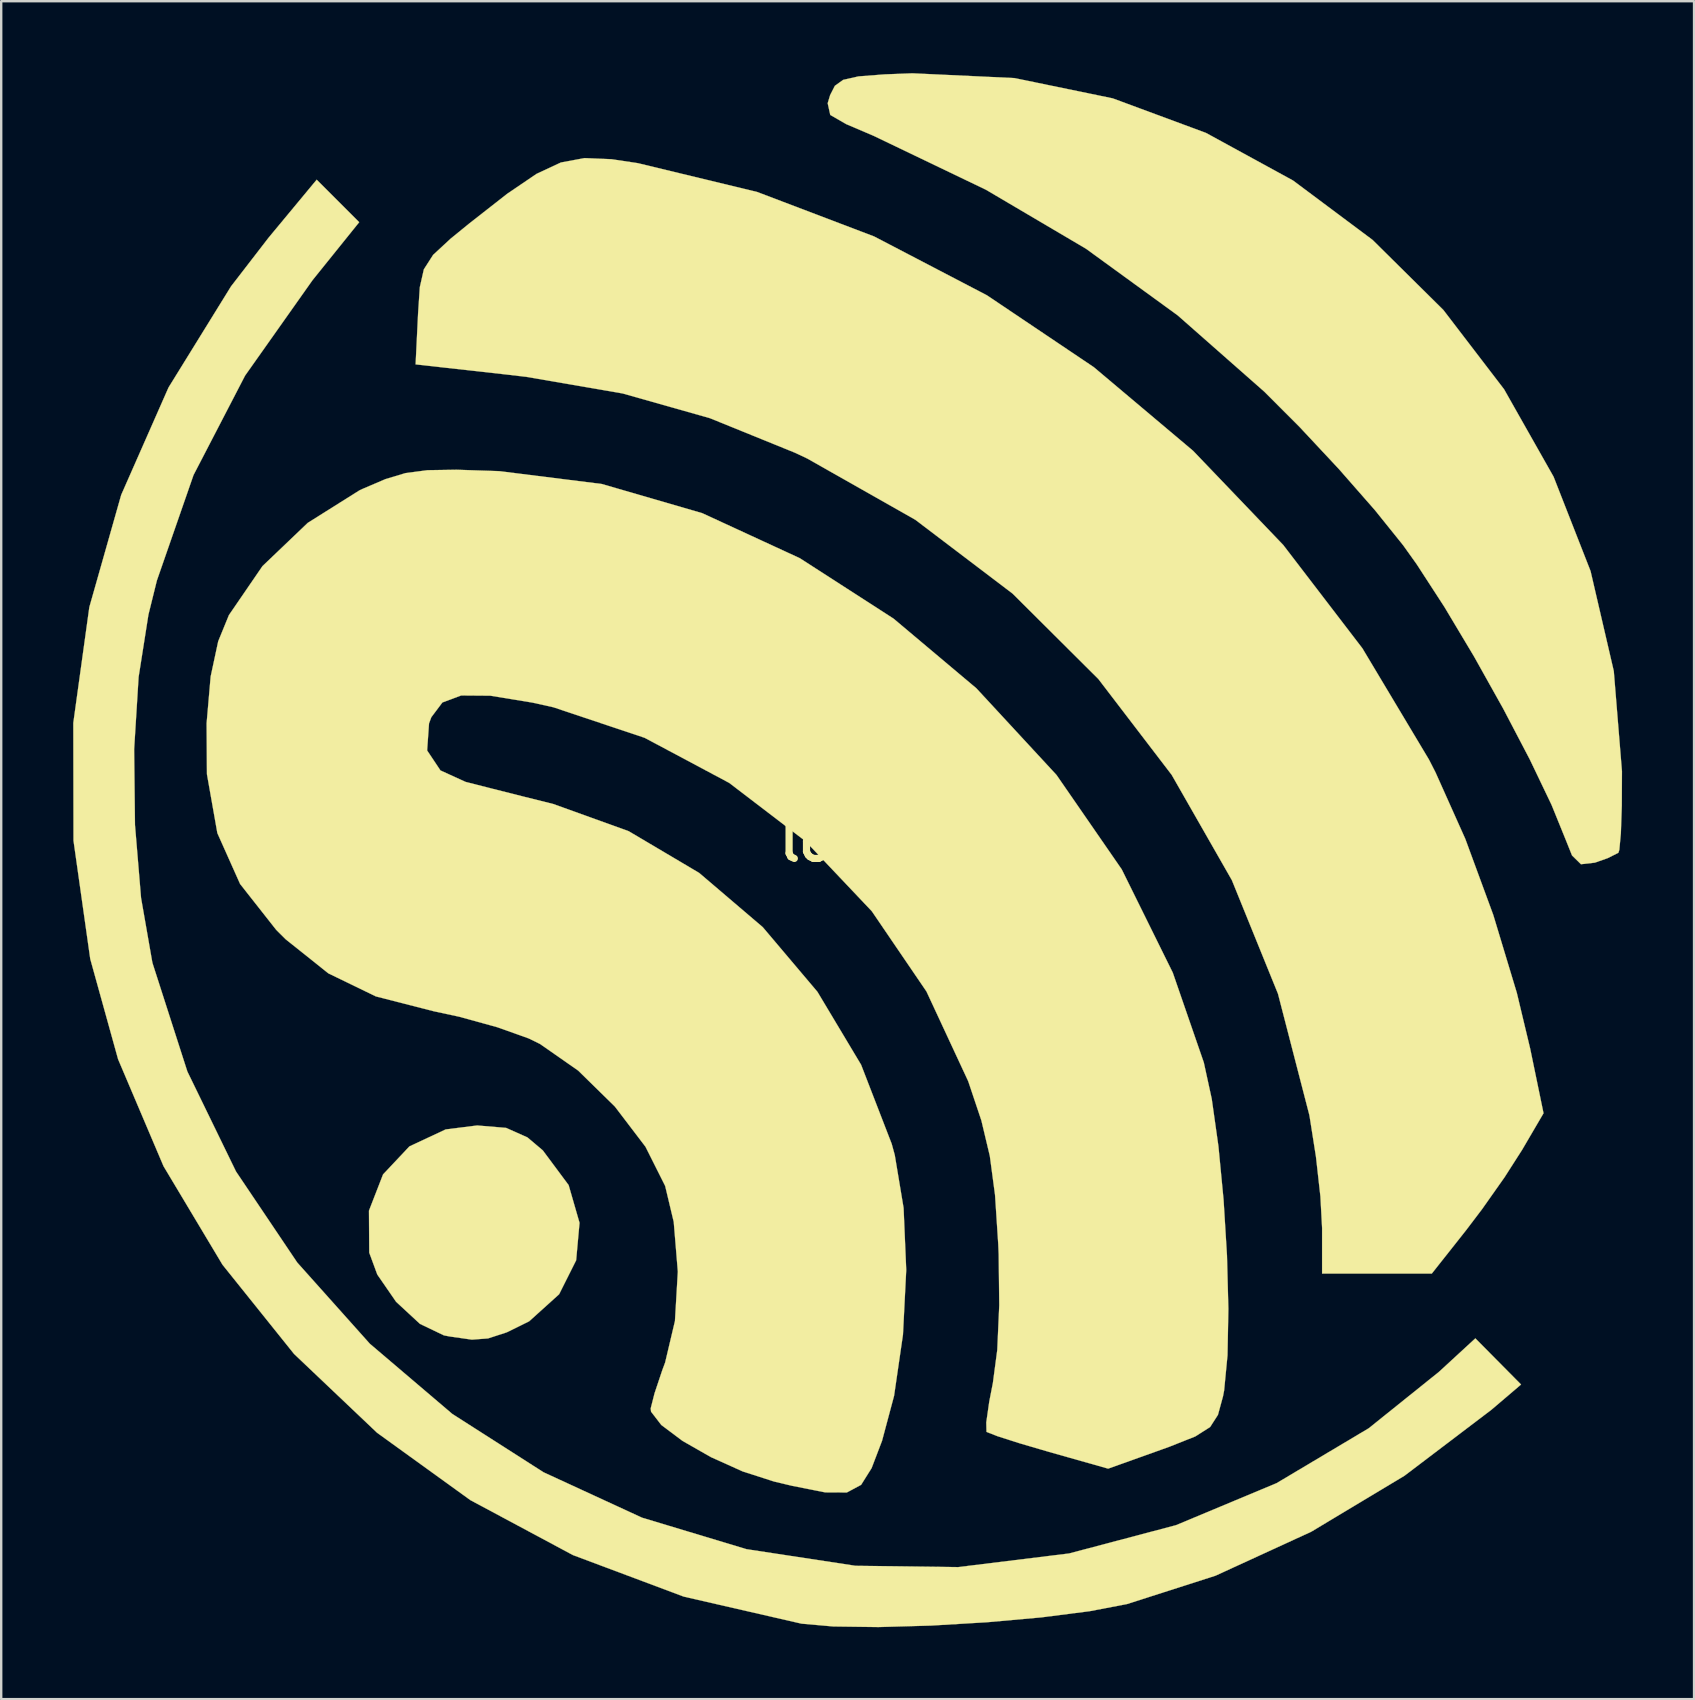
<source format=kicad_pcb>
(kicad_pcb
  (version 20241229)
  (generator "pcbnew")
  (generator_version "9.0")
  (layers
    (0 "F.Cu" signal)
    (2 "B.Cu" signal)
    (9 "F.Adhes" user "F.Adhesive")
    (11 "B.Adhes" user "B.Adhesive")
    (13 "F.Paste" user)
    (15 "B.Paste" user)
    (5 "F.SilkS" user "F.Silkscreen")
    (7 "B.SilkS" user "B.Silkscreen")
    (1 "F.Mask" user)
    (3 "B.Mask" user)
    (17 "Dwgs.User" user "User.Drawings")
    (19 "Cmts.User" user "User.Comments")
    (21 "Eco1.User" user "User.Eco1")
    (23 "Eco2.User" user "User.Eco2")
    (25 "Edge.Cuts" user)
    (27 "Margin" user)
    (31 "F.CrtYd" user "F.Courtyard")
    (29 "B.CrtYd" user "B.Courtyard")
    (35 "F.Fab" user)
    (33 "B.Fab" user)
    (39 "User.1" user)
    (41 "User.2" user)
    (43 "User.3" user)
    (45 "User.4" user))
  (footprint "logo"
    (layer "F.Cu")
    (at 31.939 32.035)
    (property "Reference" "logo" (at 0 0 0) (layer "F.SilkS") (effects (font (size 1.524 1.524) (thickness 0.3))))
    (attr through_hole)
    (fp_poly (pts (xy -13.897 11.919) (xy -13.009 12.315) (xy -12.368 12.856) (xy -11.292 14.303) (xy -10.838 15.876) (xy -10.979 17.437) (xy -11.688 18.851) (xy -12.938 19.979) (xy -13.869 20.438) (xy -14.65 20.692) (xy -15.324 20.743) (xy -16.255 20.61) (xy -16.489 20.565) (xy -17.487 20.087) (xy -18.482 19.166) (xy -19.265 18.031) (xy -19.601 17.119) (xy -19.613 15.369) (xy -19.025 13.856) (xy -17.928 12.691) (xy -16.417 11.983) (xy -15.104 11.818) (xy -13.897 11.919)) (stroke (width 0.01) (type solid)) (fill yes) (layer "F.SilkS"))
    (fp_poly (pts (xy 7.286 -31.831) (xy 11.382 -30.986) (xy 15.269 -29.546) (xy 18.896 -27.563) (xy 22.211 -25.087) (xy 25.16 -22.169) (xy 27.692 -18.862) (xy 29.755 -15.217) (xy 31.296 -11.285) (xy 32.264 -7.117) (xy 32.604 -2.942) (xy 32.598 -1.507) (xy 32.559 -0.36) (xy 32.495 0.331) (xy 32.456 0.453) (xy 32.013 0.676) (xy 31.476 0.865) (xy 30.896 0.931) (xy 30.524 0.566) (xy 30.272 -0.062) (xy 29.671 -1.542) (xy 28.767 -3.43) (xy 27.657 -5.551) (xy 26.437 -7.732) (xy 25.202 -9.797) (xy 24.05 -11.572) (xy 23.484 -12.365) (xy 22.308 -13.827) (xy 20.805 -15.541) (xy 19.174 -17.287) (xy 17.703 -18.76) (xy 14.088 -21.944) (xy 10.271 -24.718) (xy 6.097 -27.179) (xy 1.413 -29.427) (xy 0.272 -29.914) (xy -0.388 -30.295) (xy -0.496 -30.783) (xy -0.394 -31.122) (xy -0.197 -31.509) (xy 0.147 -31.756) (xy 0.787 -31.901) (xy 1.873 -31.985) (xy 3.034 -32.03) (xy 7.286 -31.831)) (stroke (width 0.01) (type solid)) (fill yes) (layer "F.SilkS"))
    (fp_poly (pts (xy -9.507 -28.45) (xy -8.411 -28.286) (xy -3.433 -27.084) (xy 1.441 -25.23) (xy 6.14 -22.779) (xy 10.594 -19.784) (xy 14.733 -16.297) (xy 18.488 -12.374) (xy 21.788 -8.066) (xy 24.563 -3.428) (xy 24.834 -2.897) (xy 26.076 -0.124) (xy 27.241 3.043) (xy 28.223 6.291) (xy 28.78 8.619) (xy 29.336 11.308) (xy 28.441 12.836) (xy 27.71 13.978) (xy 26.772 15.308) (xy 26.112 16.178) (xy 24.678 17.992) (xy 20.108 17.992) (xy 20.108 16.09) (xy 20.038 14.78) (xy 19.853 13.126) (xy 19.592 11.47) (xy 19.573 11.368) (xy 18.27 6.33) (xy 16.348 1.595) (xy 13.84 -2.793) (xy 10.783 -6.789) (xy 7.21 -10.347) (xy 3.156 -13.424) (xy -1.342 -15.974) (xy -1.855 -16.216) (xy -5.407 -17.659) (xy -9.041 -18.688) (xy -13.017 -19.374) (xy -13.861 -19.475) (xy -17.669 -19.9) (xy -17.566 -22.019) (xy -17.493 -23.119) (xy -17.325 -23.861) (xy -16.939 -24.463) (xy -16.211 -25.138) (xy -15.429 -25.775) (xy -13.85 -27.011) (xy -12.634 -27.837) (xy -11.615 -28.313) (xy -10.628 -28.497) (xy -9.507 -28.45)) (stroke (width 0.01) (type solid)) (fill yes) (layer "F.SilkS"))
    (fp_poly (pts (xy -20.02 -25.825) (xy -21.967 -23.407) (xy -24.775 -19.434) (xy -26.924 -15.289) (xy -28.452 -10.891) (xy -28.803 -9.473) (xy -29.213 -6.871) (xy -29.399 -3.861) (xy -29.364 -0.706) (xy -29.111 2.334) (xy -28.645 4.999) (xy -28.627 5.072) (xy -27.181 9.569) (xy -25.154 13.736) (xy -22.601 17.531) (xy -19.578 20.913) (xy -16.139 23.84) (xy -12.339 26.27) (xy -8.236 28.162) (xy -3.882 29.475) (xy 0.665 30.168) (xy 4.939 30.223) (xy 9.564 29.654) (xy 14.02 28.475) (xy 18.213 26.723) (xy 22.049 24.438) (xy 24.977 22.087) (xy 26.495 20.69) (xy 28.399 22.613) (xy 27.164 23.665) (xy 23.541 26.415) (xy 19.654 28.749) (xy 15.666 30.58) (xy 11.979 31.762) (xy 10.421 32.06) (xy 8.413 32.317) (xy 6.148 32.52) (xy 3.818 32.659) (xy 1.616 32.721) (xy -0.266 32.696) (xy -1.587 32.579) (xy -6.498 31.451) (xy -11.113 29.721) (xy -15.387 27.431) (xy -19.276 24.623) (xy -22.734 21.34) (xy -25.715 17.623) (xy -28.174 13.515) (xy -30.067 9.059) (xy -31.228 4.877) (xy -31.926 -0.053) (xy -31.934 -4.959) (xy -31.266 -9.782) (xy -29.938 -14.461) (xy -27.965 -18.938) (xy -25.36 -23.152) (xy -23.799 -25.175) (xy -21.791 -27.596) (xy -20.02 -25.825)) (stroke (width 0.01) (type solid)) (fill yes) (layer "F.SilkS"))
    (fp_poly (pts (xy -14.267 -15.453) (xy -14.16 -15.448) (xy -9.909 -14.915) (xy -5.724 -13.699) (xy -1.656 -11.822) (xy 2.248 -9.305) (xy 5.702 -6.399) (xy 9.04 -2.789) (xy 11.759 1.147) (xy 13.886 5.452) (xy 15.179 9.196) (xy 15.509 10.71) (xy 15.787 12.678) (xy 16.002 14.915) (xy 16.144 17.237) (xy 16.202 19.458) (xy 16.166 21.395) (xy 16.025 22.862) (xy 15.978 23.107) (xy 15.768 23.877) (xy 15.442 24.384) (xy 14.826 24.776) (xy 13.749 25.204) (xy 13.43 25.319) (xy 11.192 26.119) (xy 8.727 25.421) (xy 7.505 25.063) (xy 6.58 24.767) (xy 6.134 24.593) (xy 6.122 24.584) (xy 6.113 24.192) (xy 6.237 23.328) (xy 6.388 22.552) (xy 6.571 21.172) (xy 6.654 19.31) (xy 6.63 17.182) (xy 6.612 16.768) (xy 6.478 14.714) (xy 6.261 13.089) (xy 5.91 11.614) (xy 5.373 10.012) (xy 5.353 9.958) (xy 3.622 6.236) (xy 1.342 2.888) (xy -1.421 -0.029) (xy -4.598 -2.457) (xy -8.123 -4.337) (xy -11.928 -5.611) (xy -12.801 -5.805) (xy -14.558 -6.093) (xy -15.771 -6.102) (xy -16.552 -5.811) (xy -17.014 -5.197) (xy -17.11 -4.939) (xy -17.189 -3.81) (xy -16.634 -2.978) (xy -15.589 -2.501) (xy -14.549 -2.236) (xy -13.155 -1.884) (xy -11.932 -1.579) (xy -8.791 -0.447) (xy -5.852 1.293) (xy -3.202 3.553) (xy -0.924 6.247) (xy 0.896 9.287) (xy 2.172 12.585) (xy 2.3 13.053) (xy 2.667 15.255) (xy 2.777 17.839) (xy 2.641 20.538) (xy 2.271 23.082) (xy 1.769 24.959) (xy 1.335 26.096) (xy 0.897 26.794) (xy 0.303 27.112) (xy -0.6 27.108) (xy -1.966 26.838) (xy -2.735 26.655) (xy -4.037 26.236) (xy -5.36 25.64) (xy -6.544 24.964) (xy -7.43 24.3) (xy -7.857 23.745) (xy -7.872 23.61) (xy -7.711 22.978) (xy -7.389 22.016) (xy -7.27 21.696) (xy -6.861 19.967) (xy -6.741 17.909) (xy -6.912 15.835) (xy -7.269 14.338) (xy -8.089 12.704) (xy -9.365 11.029) (xy -10.896 9.529) (xy -12.484 8.421) (xy -12.957 8.19) (xy -14.263 7.724) (xy -15.849 7.286) (xy -16.914 7.057) (xy -19.326 6.439) (xy -21.305 5.479) (xy -23.086 4.057) (xy -23.478 3.666) (xy -24.983 1.754) (xy -25.931 -0.367) (xy -26.365 -2.823) (xy -26.379 -4.939) (xy -26.21 -6.892) (xy -25.895 -8.361) (xy -25.449 -9.451) (xy -24.05 -11.493) (xy -22.165 -13.294) (xy -20.013 -14.647) (xy -19.857 -14.72) (xy -18.919 -15.121) (xy -18.092 -15.369) (xy -17.175 -15.49) (xy -15.967 -15.509) (xy -14.267 -15.453)) (stroke (width 0.01) (type solid)) (fill yes) (layer "F.SilkS")))
  (gr_rect
    (start -3 -3)
    (end 67.548 67.761)
    (stroke (width 0.1) (type default))
    (fill no)
    (layer "Edge.Cuts")))
</source>
